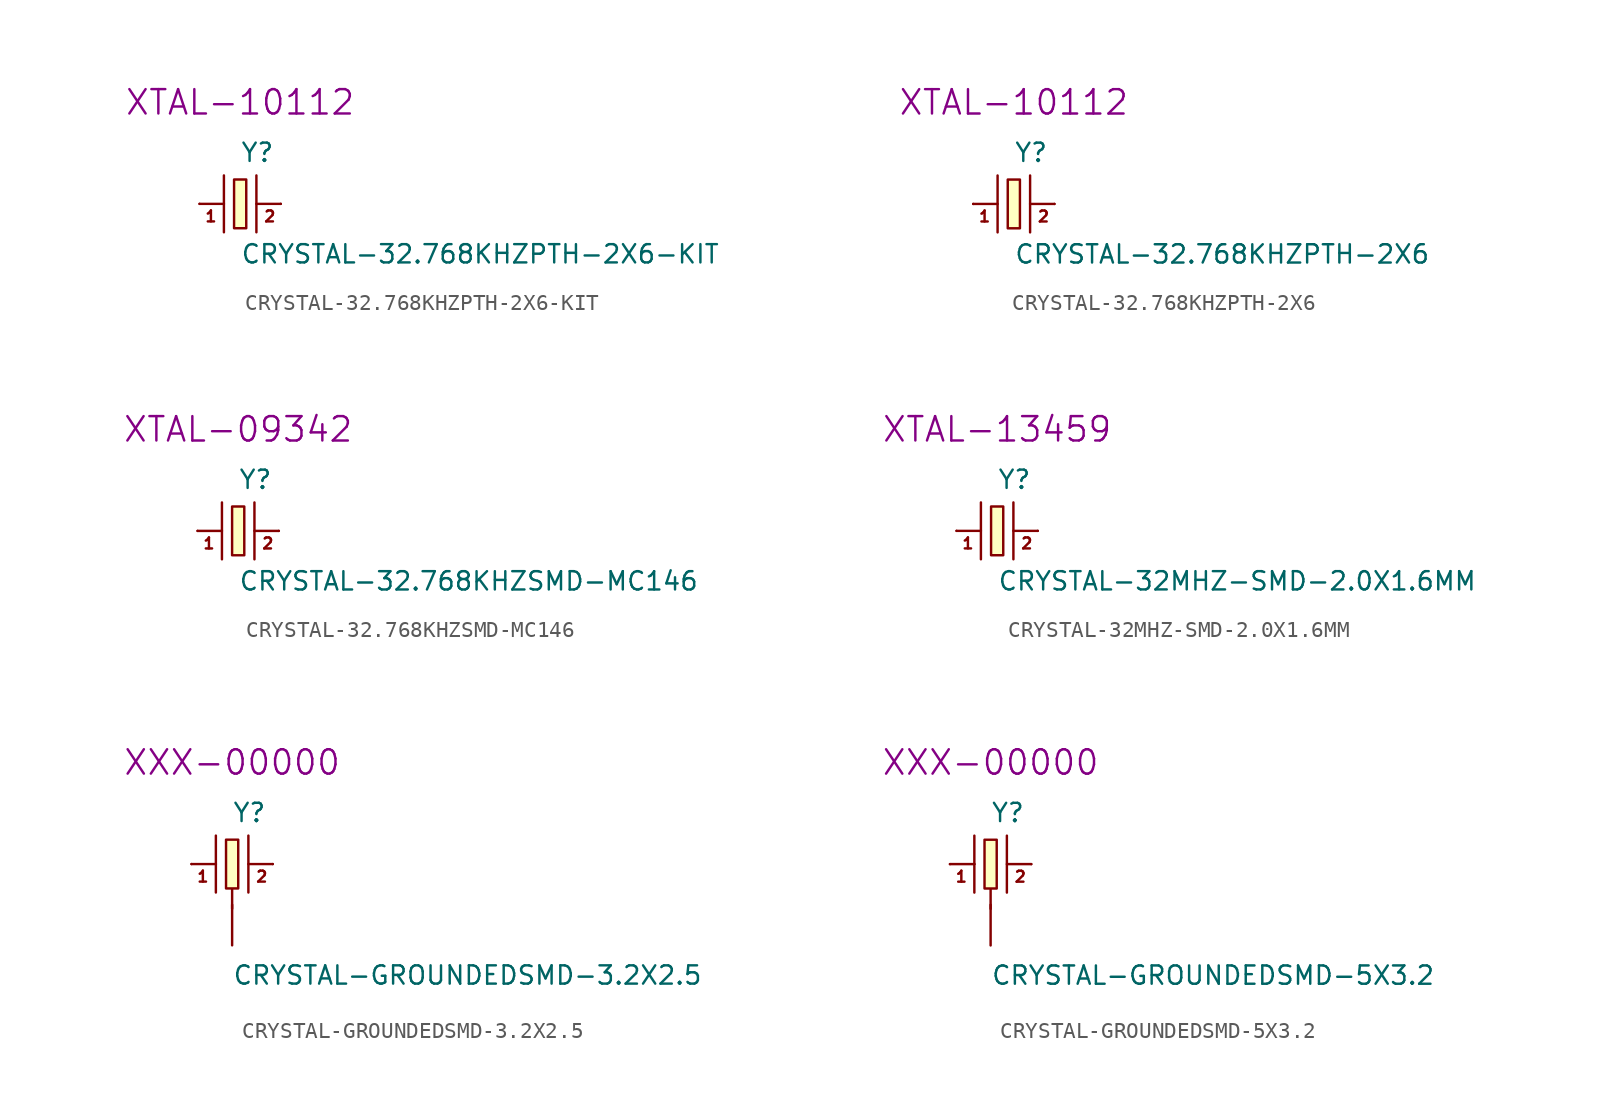
<source format=kicad_sym>
(kicad_symbol_lib
  (version 20211014)
  (generator kicad_symbol_editor)
  (symbol "CRYSTAL-32.768KHZPTH-2X6-KIT"
    (pin_numbers hide)
    (pin_names
      (offset 1.016) hide)
    (property "Reference" "Y"
      (at 0 2.54 0)
      (effects (font (size 1.143 1.143)) (justify left bottom)))
    (property "Value" "CRYSTAL-32.768KHZPTH-2X6-KIT"
      (at 0 -3.81 0)
      (effects (font (size 1.143 1.143)) (justify left bottom)))
    (property "Field4" "XTAL-10112"
      (at 0 6.35 0)
      (effects (font (size 1.524 1.524))))
    (property "ki_locked" ""
      (at 0 0 0)
      (effects (font (size 1.27 1.27))))
    (symbol "CRYSTAL-32.768KHZPTH-2X6-KIT_1_0"
      (polyline (pts (xy -2.54 0) (xy -1.016 0)) (stroke (width 0) (type default) (color 0 0 0 0)) (fill (type none)))
      (polyline (pts (xy -1.016 1.778) (xy -1.016 -1.778)) (stroke (width 0) (type default) (color 0 0 0 0)) (fill (type none)))
      (polyline (pts (xy 1.016 0) (xy 2.54 0)) (stroke (width 0) (type default) (color 0 0 0 0)) (fill (type none)))
      (polyline (pts (xy 1.016 1.778) (xy 1.016 -1.778)) (stroke (width 0) (type default) (color 0 0 0 0)) (fill (type none)))
      (text "1" (at -1.829 -0.787 0) (effects (font (size 0.686 0.686))))
      (text "2" (at 1.854 -0.787 0) (effects (font (size 0.686 0.686)))))
    (symbol "CRYSTAL-32.768KHZPTH-2X6-KIT_1_1"
      (polyline (pts (xy -0.381 1.524) (xy -0.381 -1.524) (xy 0.381 -1.524) (xy 0.381 1.524) (xy -0.381 1.524)) (stroke (width 0) (type default) (color 0 0 0 0)) (fill (type background)))
      (pin passive line (at -2.54 0 0) (length 0) (name "1" (effects (font (size 1.016 1.016)))) (number "1" (effects (font (size 1.016 1.016)))))
      (pin passive line (at 2.54 0 180) (length 0) (name "2" (effects (font (size 1.016 1.016)))) (number "2" (effects (font (size 1.016 1.016)))))))
  (symbol "CRYSTAL-32.768KHZPTH-2X6"
    (pin_numbers hide)
    (pin_names
      (offset 1.016) hide)
    (property "Reference" "Y"
      (at 0 2.54 0)
      (effects (font (size 1.143 1.143)) (justify left bottom)))
    (property "Value" "CRYSTAL-32.768KHZPTH-2X6"
      (at 0 -3.81 0)
      (effects (font (size 1.143 1.143)) (justify left bottom)))
    (property "Field4" "XTAL-10112"
      (at 0 6.35 0)
      (effects (font (size 1.524 1.524))))
    (property "ki_locked" ""
      (at 0 0 0)
      (effects (font (size 1.27 1.27))))
    (symbol "CRYSTAL-32.768KHZPTH-2X6_1_0"
      (polyline (pts (xy -2.54 0) (xy -1.016 0)) (stroke (width 0) (type default) (color 0 0 0 0)) (fill (type none)))
      (polyline (pts (xy -1.016 1.778) (xy -1.016 -1.778)) (stroke (width 0) (type default) (color 0 0 0 0)) (fill (type none)))
      (polyline (pts (xy 1.016 0) (xy 2.54 0)) (stroke (width 0) (type default) (color 0 0 0 0)) (fill (type none)))
      (polyline (pts (xy 1.016 1.778) (xy 1.016 -1.778)) (stroke (width 0) (type default) (color 0 0 0 0)) (fill (type none)))
      (text "1" (at -1.829 -0.787 0) (effects (font (size 0.686 0.686))))
      (text "2" (at 1.854 -0.787 0) (effects (font (size 0.686 0.686)))))
    (symbol "CRYSTAL-32.768KHZPTH-2X6_1_1"
      (polyline (pts (xy -0.381 1.524) (xy -0.381 -1.524) (xy 0.381 -1.524) (xy 0.381 1.524) (xy -0.381 1.524)) (stroke (width 0) (type default) (color 0 0 0 0)) (fill (type background)))
      (pin passive line (at -2.54 0 0) (length 0) (name "1" (effects (font (size 1.016 1.016)))) (number "1" (effects (font (size 1.016 1.016)))))
      (pin passive line (at 2.54 0 180) (length 0) (name "2" (effects (font (size 1.016 1.016)))) (number "2" (effects (font (size 1.016 1.016)))))))
  (symbol "CRYSTAL-32.768KHZSMD-MC146"
    (pin_numbers hide)
    (pin_names
      (offset 1.016) hide)
    (property "Reference" "Y"
      (at 0 2.54 0)
      (effects (font (size 1.143 1.143)) (justify left bottom)))
    (property "Value" "CRYSTAL-32.768KHZSMD-MC146"
      (at 0 -3.81 0)
      (effects (font (size 1.143 1.143)) (justify left bottom)))
    (property "Field4" "XTAL-09342"
      (at 0 6.35 0)
      (effects (font (size 1.524 1.524))))
    (property "ki_locked" ""
      (at 0 0 0)
      (effects (font (size 1.27 1.27))))
    (symbol "CRYSTAL-32.768KHZSMD-MC146_1_0"
      (polyline (pts (xy -2.54 0) (xy -1.016 0)) (stroke (width 0) (type default) (color 0 0 0 0)) (fill (type none)))
      (polyline (pts (xy -1.016 1.778) (xy -1.016 -1.778)) (stroke (width 0) (type default) (color 0 0 0 0)) (fill (type none)))
      (polyline (pts (xy 1.016 0) (xy 2.54 0)) (stroke (width 0) (type default) (color 0 0 0 0)) (fill (type none)))
      (polyline (pts (xy 1.016 1.778) (xy 1.016 -1.778)) (stroke (width 0) (type default) (color 0 0 0 0)) (fill (type none)))
      (text "1" (at -1.829 -0.787 0) (effects (font (size 0.686 0.686))))
      (text "2" (at 1.854 -0.787 0) (effects (font (size 0.686 0.686)))))
    (symbol "CRYSTAL-32.768KHZSMD-MC146_1_1"
      (polyline (pts (xy -0.381 1.524) (xy -0.381 -1.524) (xy 0.381 -1.524) (xy 0.381 1.524) (xy -0.381 1.524)) (stroke (width 0) (type default) (color 0 0 0 0)) (fill (type background)))
      (pin passive line (at 2.54 0 180) (length 0) (name "2" (effects (font (size 1.016 1.016)))) (number "P$1" (effects (font (size 1.016 1.016)))))
      (pin passive line (at -2.54 0 0) (length 0) (name "1" (effects (font (size 1.016 1.016)))) (number "P$2" (effects (font (size 1.016 1.016)))))))
  (symbol "CRYSTAL-32MHZ-SMD-2.0X1.6MM"
    (pin_numbers hide)
    (pin_names
      (offset 1.016) hide)
    (property "Reference" "Y"
      (at 0 2.54 0)
      (effects (font (size 1.143 1.143)) (justify left bottom)))
    (property "Value" "CRYSTAL-32MHZ-SMD-2.0X1.6MM"
      (at 0 -3.81 0)
      (effects (font (size 1.143 1.143)) (justify left bottom)))
    (property "Field4" "XTAL-13459"
      (at 0 6.35 0)
      (effects (font (size 1.524 1.524))))
    (property "ki_locked" ""
      (at 0 0 0)
      (effects (font (size 1.27 1.27))))
    (symbol "CRYSTAL-32MHZ-SMD-2.0X1.6MM_1_0"
      (polyline (pts (xy -2.54 0) (xy -1.016 0)) (stroke (width 0) (type default) (color 0 0 0 0)) (fill (type none)))
      (polyline (pts (xy -1.016 1.778) (xy -1.016 -1.778)) (stroke (width 0) (type default) (color 0 0 0 0)) (fill (type none)))
      (polyline (pts (xy 1.016 0) (xy 2.54 0)) (stroke (width 0) (type default) (color 0 0 0 0)) (fill (type none)))
      (polyline (pts (xy 1.016 1.778) (xy 1.016 -1.778)) (stroke (width 0) (type default) (color 0 0 0 0)) (fill (type none)))
      (text "1" (at -1.829 -0.787 0) (effects (font (size 0.686 0.686))))
      (text "2" (at 1.854 -0.787 0) (effects (font (size 0.686 0.686)))))
    (symbol "CRYSTAL-32MHZ-SMD-2.0X1.6MM_1_1"
      (polyline (pts (xy -0.381 1.524) (xy -0.381 -1.524) (xy 0.381 -1.524) (xy 0.381 1.524) (xy -0.381 1.524)) (stroke (width 0) (type default) (color 0 0 0 0)) (fill (type background)))
      (pin passive line (at -2.54 0 0) (length 0) (name "1" (effects (font (size 1.016 1.016)))) (number "1" (effects (font (size 1.016 1.016)))))
      (pin passive line (at 2.54 0 180) (length 0) (name "2" (effects (font (size 1.016 1.016)))) (number "3" (effects (font (size 1.016 1.016)))))))
  (symbol "CRYSTAL-GROUNDEDSMD-3.2X2.5"
    (pin_numbers hide)
    (pin_names
      (offset 1.016) hide)
    (property "Reference" "Y"
      (at 0 2.54 0)
      (effects (font (size 1.143 1.143)) (justify left bottom)))
    (property "Value" "CRYSTAL-GROUNDEDSMD-3.2X2.5"
      (at 0 -7.62 0)
      (effects (font (size 1.143 1.143)) (justify left bottom)))
    (property "Field4" "XXX-00000"
      (at 0 6.35 0)
      (effects (font (size 1.524 1.524))))
    (property "ki_locked" ""
      (at 0 0 0)
      (effects (font (size 1.27 1.27))))
    (symbol "CRYSTAL-GROUNDEDSMD-3.2X2.5_1_0"
      (polyline (pts (xy -2.54 0) (xy -1.016 0)) (stroke (width 0) (type default) (color 0 0 0 0)) (fill (type none)))
      (polyline (pts (xy -1.016 0) (xy -1.016 -1.778)) (stroke (width 0) (type default) (color 0 0 0 0)) (fill (type none)))
      (polyline (pts (xy -1.016 1.778) (xy -1.016 0)) (stroke (width 0) (type default) (color 0 0 0 0)) (fill (type none)))
      (polyline (pts (xy 0 -2.794) (xy 0 -1.575)) (stroke (width 0) (type default) (color 0 0 0 0)) (fill (type none)))
      (polyline (pts (xy 1.016 0) (xy 2.54 0)) (stroke (width 0) (type default) (color 0 0 0 0)) (fill (type none)))
      (polyline (pts (xy 1.016 1.778) (xy 1.016 -1.778)) (stroke (width 0) (type default) (color 0 0 0 0)) (fill (type none)))
      (text "1" (at -1.829 -0.787 0) (effects (font (size 0.686 0.686))))
      (text "2" (at 1.854 -0.787 0) (effects (font (size 0.686 0.686)))))
    (symbol "CRYSTAL-GROUNDEDSMD-3.2X2.5_1_1"
      (polyline (pts (xy -0.381 1.524) (xy -0.381 -1.524) (xy 0.381 -1.524) (xy 0.381 1.524) (xy -0.381 1.524)) (stroke (width 0) (type default) (color 0 0 0 0)) (fill (type background)))
      (pin passive line (at -2.54 0 0) (length 0) (name "1" (effects (font (size 1.016 1.016)))) (number "1" (effects (font (size 1.016 1.016)))))
      (pin passive line (at 0 -5.08 90) (length 2.54) (name "3" (effects (font (size 1.016 1.016)))) (number "2" (effects (font (size 1.016 1.016)))))
      (pin passive line (at 2.54 0 180) (length 0) (name "2" (effects (font (size 1.016 1.016)))) (number "3" (effects (font (size 1.016 1.016)))))
      (pin passive line (at 0 -5.08 90) (length 2.54) hide (name "3" (effects (font (size 1.016 1.016)))) (number "4" (effects (font (size 1.016 1.016)))))))
  (symbol "CRYSTAL-GROUNDEDSMD-5X3.2"
    (pin_numbers hide)
    (pin_names
      (offset 1.016) hide)
    (property "Reference" "Y"
      (at 0 2.54 0)
      (effects (font (size 1.143 1.143)) (justify left bottom)))
    (property "Value" "CRYSTAL-GROUNDEDSMD-5X3.2"
      (at 0 -7.62 0)
      (effects (font (size 1.143 1.143)) (justify left bottom)))
    (property "Field4" "XXX-00000"
      (at 0 6.35 0)
      (effects (font (size 1.524 1.524))))
    (property "ki_locked" ""
      (at 0 0 0)
      (effects (font (size 1.27 1.27))))
    (symbol "CRYSTAL-GROUNDEDSMD-5X3.2_1_0"
      (polyline (pts (xy -2.54 0) (xy -1.016 0)) (stroke (width 0) (type default) (color 0 0 0 0)) (fill (type none)))
      (polyline (pts (xy -1.016 0) (xy -1.016 -1.778)) (stroke (width 0) (type default) (color 0 0 0 0)) (fill (type none)))
      (polyline (pts (xy -1.016 1.778) (xy -1.016 0)) (stroke (width 0) (type default) (color 0 0 0 0)) (fill (type none)))
      (polyline (pts (xy 0 -2.794) (xy 0 -1.575)) (stroke (width 0) (type default) (color 0 0 0 0)) (fill (type none)))
      (polyline (pts (xy 1.016 0) (xy 2.54 0)) (stroke (width 0) (type default) (color 0 0 0 0)) (fill (type none)))
      (polyline (pts (xy 1.016 1.778) (xy 1.016 -1.778)) (stroke (width 0) (type default) (color 0 0 0 0)) (fill (type none)))
      (text "1" (at -1.829 -0.787 0) (effects (font (size 0.686 0.686))))
      (text "2" (at 1.854 -0.787 0) (effects (font (size 0.686 0.686)))))
    (symbol "CRYSTAL-GROUNDEDSMD-5X3.2_1_1"
      (polyline (pts (xy -0.381 1.524) (xy -0.381 -1.524) (xy 0.381 -1.524) (xy 0.381 1.524) (xy -0.381 1.524)) (stroke (width 0) (type default) (color 0 0 0 0)) (fill (type background)))
      (pin passive line (at 2.54 0 180) (length 0) (name "2" (effects (font (size 1.016 1.016)))) (number "1" (effects (font (size 1.016 1.016)))))
      (pin passive line (at 0 -5.08 90) (length 2.54) (name "3" (effects (font (size 1.016 1.016)))) (number "2" (effects (font (size 1.016 1.016)))))
      (pin passive line (at -2.54 0 0) (length 0) (name "1" (effects (font (size 1.016 1.016)))) (number "3" (effects (font (size 1.016 1.016)))))
      (pin passive line (at 0 -5.08 90) (length 2.54) hide (name "3" (effects (font (size 1.016 1.016)))) (number "4" (effects (font (size 1.016 1.016))))))))
</source>
